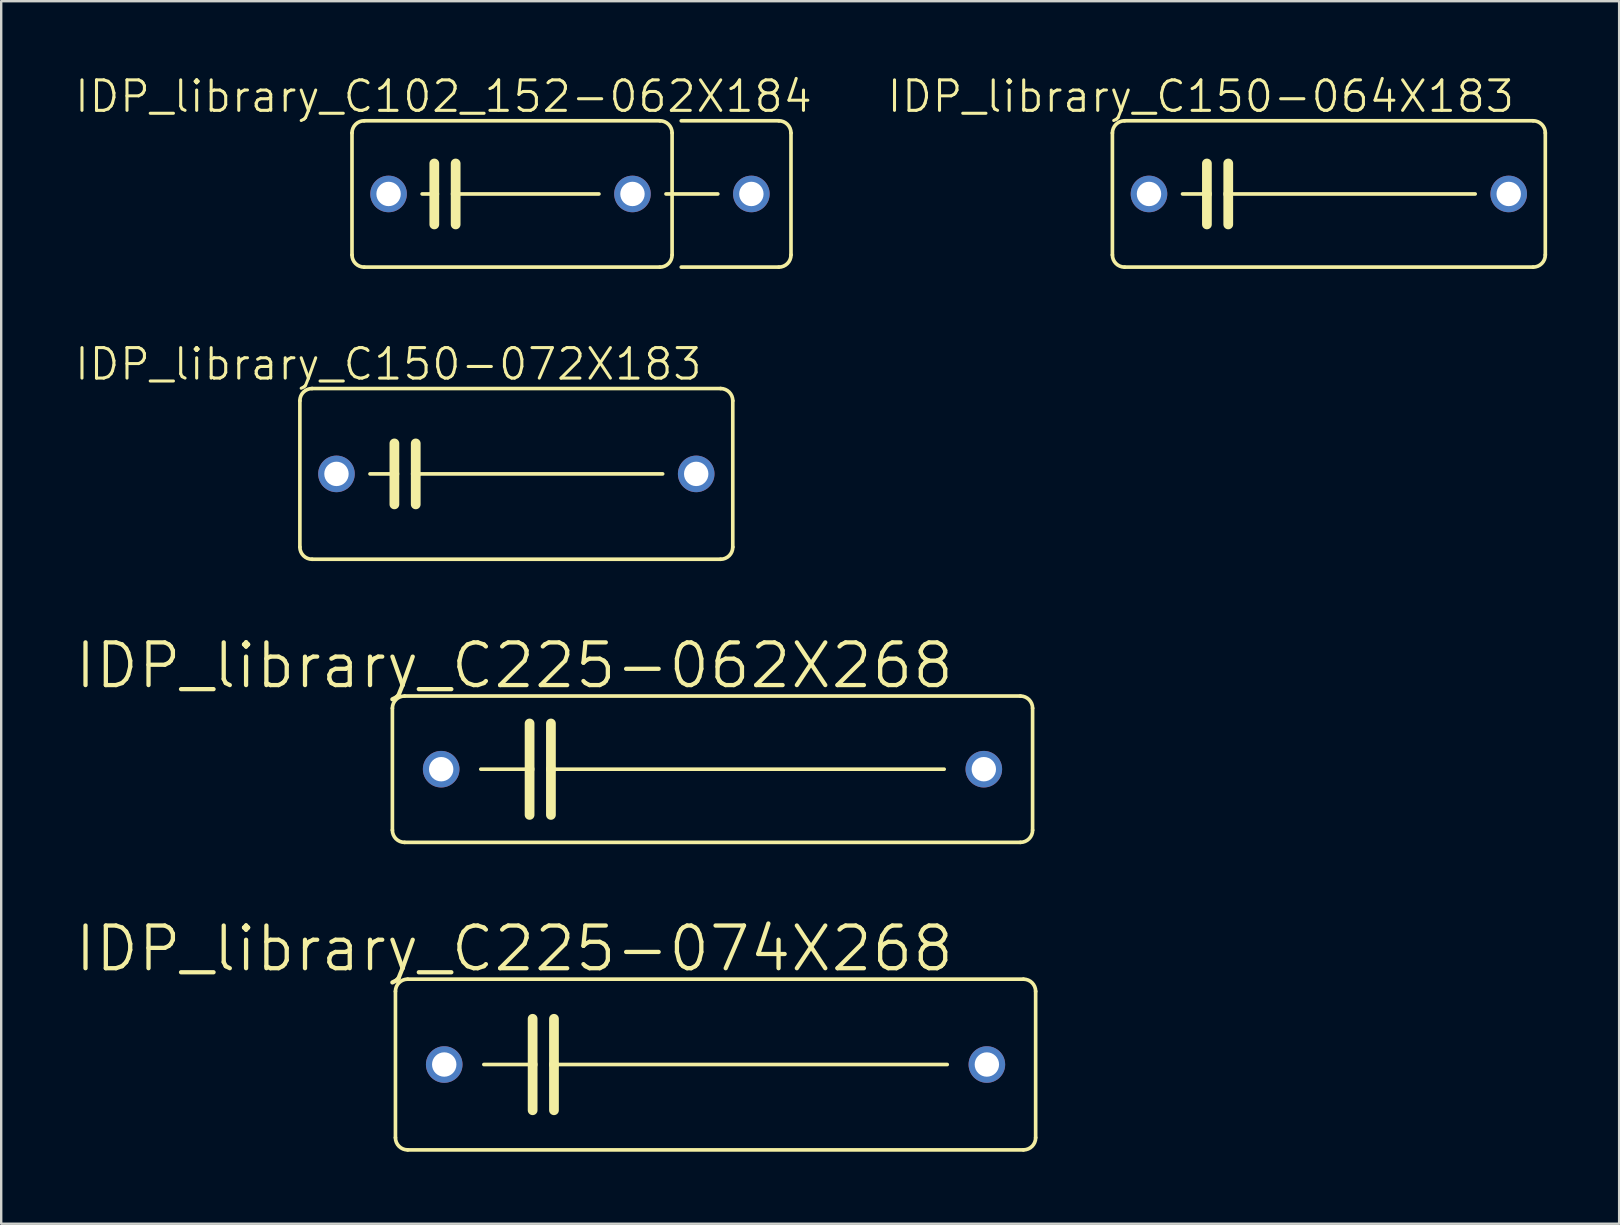
<source format=kicad_pcb>
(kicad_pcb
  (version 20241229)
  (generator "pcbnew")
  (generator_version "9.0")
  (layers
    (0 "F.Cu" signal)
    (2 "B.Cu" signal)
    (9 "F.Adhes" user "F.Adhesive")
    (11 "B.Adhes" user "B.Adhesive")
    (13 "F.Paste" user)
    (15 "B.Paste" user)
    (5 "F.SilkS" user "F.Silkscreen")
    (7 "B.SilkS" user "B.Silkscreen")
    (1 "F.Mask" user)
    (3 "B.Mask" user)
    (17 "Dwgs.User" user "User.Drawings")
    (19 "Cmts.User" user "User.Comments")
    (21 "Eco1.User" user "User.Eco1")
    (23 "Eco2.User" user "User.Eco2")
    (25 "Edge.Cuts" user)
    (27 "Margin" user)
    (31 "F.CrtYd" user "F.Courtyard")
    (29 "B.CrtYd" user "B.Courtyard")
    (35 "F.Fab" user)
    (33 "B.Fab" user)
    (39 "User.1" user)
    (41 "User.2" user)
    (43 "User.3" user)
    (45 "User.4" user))
  (footprint "IDP_library_C150-072X183"
    (layer "F.Cu")
    (at 18.46 16.692)
    (property "Reference" "IDP_library_C150-072X183" (at -5.334 -4.572 0) (layer "F.SilkS") (effects (font (size 1.27 1.27) (thickness 0.127))))
    (attr exclude_from_pos_files exclude_from_bom)
    (fp_line (start -9.017 3.048) (end -9.017 -3.048) (stroke (width 0.152) (type solid)) (layer "F.SilkS"))
    (fp_line (start -8.509 -3.556) (end 8.509 -3.556) (stroke (width 0.152) (type solid)) (layer "F.SilkS"))
    (fp_line (start -5.08 -1.27) (end -5.08 0) (stroke (width 0.406) (type solid)) (layer "F.SilkS"))
    (fp_line (start -5.08 0) (end -6.096 0) (stroke (width 0.152) (type solid)) (layer "F.SilkS"))
    (fp_line (start -5.08 0) (end -5.08 1.27) (stroke (width 0.406) (type solid)) (layer "F.SilkS"))
    (fp_line (start -4.191 -1.27) (end -4.191 0) (stroke (width 0.406) (type solid)) (layer "F.SilkS"))
    (fp_line (start -4.191 0) (end -4.191 1.27) (stroke (width 0.406) (type solid)) (layer "F.SilkS"))
    (fp_line (start -4.191 0) (end 6.096 0) (stroke (width 0.152) (type solid)) (layer "F.SilkS"))
    (fp_line (start 8.509 3.556) (end -8.509 3.556) (stroke (width 0.152) (type solid)) (layer "F.SilkS"))
    (fp_line (start 9.017 -3.048) (end 9.017 3.048) (stroke (width 0.152) (type solid)) (layer "F.SilkS"))
    (fp_arc (start -9.017 -3.048) (mid -8.86821 -3.40721) (end -8.509 -3.556) (stroke (width 0.1524) (type solid)) (layer "F.SilkS"))
    (fp_arc (start -8.509 3.556) (mid -8.86821 3.40721) (end -9.017 3.048) (stroke (width 0.1524) (type solid)) (layer "F.SilkS"))
    (fp_arc (start 8.509 -3.556) (mid 8.86821 -3.40721) (end 9.017 -3.048) (stroke (width 0.1524) (type solid)) (layer "F.SilkS"))
    (fp_arc (start 9.017 3.048) (mid 8.86821 3.40721) (end 8.509 3.556) (stroke (width 0.1524) (type solid)) (layer "F.SilkS"))
    (pad "1" thru_hole circle (at -7.493 0) (size 1.524 1.524) (drill 1.016) (layers "*.Cu" "*.Paste" "*.Mask"))
    (pad "2" thru_hole circle (at 7.493 0) (size 1.524 1.524) (drill 1.016) (layers "*.Cu" "*.Paste" "*.Mask")))
  (footprint "IDP_library_C102_152-062X184"
    (layer "F.Cu")
    (at 18.218 5.03)
    (property "Reference" "IDP_library_C102_152-062X184" (at -2.794 -4.064 0) (layer "F.SilkS") (effects (font (size 1.27 1.27) (thickness 0.127))))
    (attr exclude_from_pos_files exclude_from_bom)
    (fp_line (start -6.604 2.54) (end -6.604 -2.54) (stroke (width 0.152) (type solid)) (layer "F.SilkS"))
    (fp_line (start -6.096 -3.048) (end 6.223 -3.048) (stroke (width 0.152) (type solid)) (layer "F.SilkS"))
    (fp_line (start -3.683 0) (end -3.175 0) (stroke (width 0.152) (type solid)) (layer "F.SilkS"))
    (fp_line (start -3.175 -1.27) (end -3.175 0) (stroke (width 0.406) (type solid)) (layer "F.SilkS"))
    (fp_line (start -3.175 0) (end -3.175 1.27) (stroke (width 0.406) (type solid)) (layer "F.SilkS"))
    (fp_line (start -2.286 -1.27) (end -2.286 0) (stroke (width 0.406) (type solid)) (layer "F.SilkS"))
    (fp_line (start -2.286 0) (end -2.286 1.27) (stroke (width 0.406) (type solid)) (layer "F.SilkS"))
    (fp_line (start -2.286 0) (end 3.683 0) (stroke (width 0.152) (type solid)) (layer "F.SilkS"))
    (fp_line (start 6.223 3.048) (end -6.096 3.048) (stroke (width 0.152) (type solid)) (layer "F.SilkS"))
    (fp_line (start 6.477 0) (end 8.636 0) (stroke (width 0.152) (type solid)) (layer "F.SilkS"))
    (fp_line (start 6.731 -2.54) (end 6.731 2.54) (stroke (width 0.152) (type solid)) (layer "F.SilkS"))
    (fp_line (start 7.112 -3.048) (end 11.176 -3.048) (stroke (width 0.152) (type solid)) (layer "F.SilkS"))
    (fp_line (start 11.176 3.048) (end 7.112 3.048) (stroke (width 0.152) (type solid)) (layer "F.SilkS"))
    (fp_line (start 11.684 -2.54) (end 11.684 2.54) (stroke (width 0.152) (type solid)) (layer "F.SilkS"))
    (fp_arc (start -6.604 -2.54) (mid -6.45521 -2.89921) (end -6.096 -3.048) (stroke (width 0.1524) (type solid)) (layer "F.SilkS"))
    (fp_arc (start -6.096 3.048) (mid -6.45521 2.89921) (end -6.604 2.54) (stroke (width 0.1524) (type solid)) (layer "F.SilkS"))
    (fp_arc (start 6.223 -3.048) (mid 6.58221 -2.89921) (end 6.731 -2.54) (stroke (width 0.1524) (type solid)) (layer "F.SilkS"))
    (fp_arc (start 6.731 2.54) (mid 6.58221 2.89921) (end 6.223 3.048) (stroke (width 0.1524) (type solid)) (layer "F.SilkS"))
    (fp_arc (start 11.176 -3.048) (mid 11.53521 -2.89921) (end 11.684 -2.54) (stroke (width 0.1524) (type solid)) (layer "F.SilkS"))
    (fp_arc (start 11.684 2.54) (mid 11.53521 2.89921) (end 11.176 3.048) (stroke (width 0.1524) (type solid)) (layer "F.SilkS"))
    (pad "1" thru_hole circle (at -5.08 0) (size 1.524 1.524) (drill 1.016) (layers "*.Cu" "*.Paste" "*.Mask"))
    (pad "2" thru_hole circle (at 5.08 0) (size 1.524 1.524) (drill 1.016) (layers "*.Cu" "*.Paste" "*.Mask"))
    (pad "3" thru_hole circle (at 10.033 0) (size 1.524 1.524) (drill 1.016) (layers "*.Cu" "*.Paste" "*.Mask")))
  (footprint "IDP_library_C225-074X268"
    (layer "F.Cu")
    (at 26.759 41.297)
    (property "Reference" "IDP_library_C225-074X268" (at -8.382 -4.826 0) (layer "F.SilkS") (effects (font (size 1.778 1.778) (thickness 0.178))))
    (attr exclude_from_pos_files exclude_from_bom)
    (fp_line (start -13.335 3.048) (end -13.335 -3.048) (stroke (width 0.152) (type solid)) (layer "F.SilkS"))
    (fp_line (start -12.827 -3.556) (end 12.827 -3.556) (stroke (width 0.152) (type solid)) (layer "F.SilkS"))
    (fp_line (start -9.652 0) (end -7.62 0) (stroke (width 0.152) (type solid)) (layer "F.SilkS"))
    (fp_line (start -7.62 -1.905) (end -7.62 0) (stroke (width 0.406) (type solid)) (layer "F.SilkS"))
    (fp_line (start -7.62 0) (end -7.62 1.905) (stroke (width 0.406) (type solid)) (layer "F.SilkS"))
    (fp_line (start -6.731 -1.905) (end -6.731 0) (stroke (width 0.406) (type solid)) (layer "F.SilkS"))
    (fp_line (start -6.731 0) (end -6.731 1.905) (stroke (width 0.406) (type solid)) (layer "F.SilkS"))
    (fp_line (start -6.731 0) (end 9.652 0) (stroke (width 0.152) (type solid)) (layer "F.SilkS"))
    (fp_line (start 12.827 3.556) (end -12.827 3.556) (stroke (width 0.152) (type solid)) (layer "F.SilkS"))
    (fp_line (start 13.335 -3.048) (end 13.335 3.048) (stroke (width 0.152) (type solid)) (layer "F.SilkS"))
    (fp_arc (start -13.335 -3.048) (mid -13.18621 -3.40721) (end -12.827 -3.556) (stroke (width 0.1524) (type solid)) (layer "F.SilkS"))
    (fp_arc (start -12.827 3.556) (mid -13.18621 3.40721) (end -13.335 3.048) (stroke (width 0.1524) (type solid)) (layer "F.SilkS"))
    (fp_arc (start 12.827 -3.556) (mid 13.18621 -3.40721) (end 13.335 -3.048) (stroke (width 0.1524) (type solid)) (layer "F.SilkS"))
    (fp_arc (start 13.335 3.048) (mid 13.18621 3.40721) (end 12.827 3.556) (stroke (width 0.1524) (type solid)) (layer "F.SilkS"))
    (pad "1" thru_hole circle (at -11.303 0) (size 1.524 1.524) (drill 1.016) (layers "*.Cu" "*.Paste" "*.Mask"))
    (pad "2" thru_hole circle (at 11.303 0) (size 1.524 1.524) (drill 1.016) (layers "*.Cu" "*.Paste" "*.Mask")))
  (footprint "IDP_library_C150-064X183"
    (layer "F.Cu")
    (at 52.309 5.03)
    (property "Reference" "IDP_library_C150-064X183" (at -5.334 -4.064 0) (layer "F.SilkS") (effects (font (size 1.27 1.27) (thickness 0.127))))
    (attr exclude_from_pos_files exclude_from_bom)
    (fp_line (start -9.017 2.54) (end -9.017 -2.54) (stroke (width 0.152) (type solid)) (layer "F.SilkS"))
    (fp_line (start -8.509 -3.048) (end 8.509 -3.048) (stroke (width 0.152) (type solid)) (layer "F.SilkS"))
    (fp_line (start -5.08 -1.27) (end -5.08 0) (stroke (width 0.406) (type solid)) (layer "F.SilkS"))
    (fp_line (start -5.08 0) (end -6.096 0) (stroke (width 0.152) (type solid)) (layer "F.SilkS"))
    (fp_line (start -5.08 0) (end -5.08 1.27) (stroke (width 0.406) (type solid)) (layer "F.SilkS"))
    (fp_line (start -4.191 -1.27) (end -4.191 0) (stroke (width 0.406) (type solid)) (layer "F.SilkS"))
    (fp_line (start -4.191 0) (end -4.191 1.27) (stroke (width 0.406) (type solid)) (layer "F.SilkS"))
    (fp_line (start -4.191 0) (end 6.096 0) (stroke (width 0.152) (type solid)) (layer "F.SilkS"))
    (fp_line (start 8.509 3.048) (end -8.509 3.048) (stroke (width 0.152) (type solid)) (layer "F.SilkS"))
    (fp_line (start 9.017 -2.54) (end 9.017 2.54) (stroke (width 0.152) (type solid)) (layer "F.SilkS"))
    (fp_arc (start -9.017 -2.54) (mid -8.86821 -2.89921) (end -8.509 -3.048) (stroke (width 0.1524) (type solid)) (layer "F.SilkS"))
    (fp_arc (start -8.509 3.048) (mid -8.86821 2.89921) (end -9.017 2.54) (stroke (width 0.1524) (type solid)) (layer "F.SilkS"))
    (fp_arc (start 8.509 -3.048) (mid 8.86821 -2.89921) (end 9.017 -2.54) (stroke (width 0.1524) (type solid)) (layer "F.SilkS"))
    (fp_arc (start 9.017 2.54) (mid 8.86821 2.89921) (end 8.509 3.048) (stroke (width 0.1524) (type solid)) (layer "F.SilkS"))
    (pad "1" thru_hole circle (at -7.493 0) (size 1.524 1.524) (drill 1.016) (layers "*.Cu" "*.Paste" "*.Mask"))
    (pad "2" thru_hole circle (at 7.493 0) (size 1.524 1.524) (drill 1.016) (layers "*.Cu" "*.Paste" "*.Mask")))
  (footprint "IDP_library_C225-062X268"
    (layer "F.Cu")
    (at 26.632 28.994)
    (property "Reference" "IDP_library_C225-062X268" (at -8.255 -4.318 0) (layer "F.SilkS") (effects (font (size 1.778 1.778) (thickness 0.178))))
    (attr exclude_from_pos_files exclude_from_bom)
    (fp_line (start -13.335 2.54) (end -13.335 -2.54) (stroke (width 0.152) (type solid)) (layer "F.SilkS"))
    (fp_line (start -12.827 -3.048) (end 12.827 -3.048) (stroke (width 0.152) (type solid)) (layer "F.SilkS"))
    (fp_line (start -9.652 0) (end -7.62 0) (stroke (width 0.152) (type solid)) (layer "F.SilkS"))
    (fp_line (start -7.62 -1.905) (end -7.62 0) (stroke (width 0.406) (type solid)) (layer "F.SilkS"))
    (fp_line (start -7.62 0) (end -7.62 1.905) (stroke (width 0.406) (type solid)) (layer "F.SilkS"))
    (fp_line (start -6.731 -1.905) (end -6.731 0) (stroke (width 0.406) (type solid)) (layer "F.SilkS"))
    (fp_line (start -6.731 0) (end -6.731 1.905) (stroke (width 0.406) (type solid)) (layer "F.SilkS"))
    (fp_line (start -6.731 0) (end 9.652 0) (stroke (width 0.152) (type solid)) (layer "F.SilkS"))
    (fp_line (start 12.827 3.048) (end -12.827 3.048) (stroke (width 0.152) (type solid)) (layer "F.SilkS"))
    (fp_line (start 13.335 -2.54) (end 13.335 2.54) (stroke (width 0.152) (type solid)) (layer "F.SilkS"))
    (fp_arc (start -13.335 -2.54) (mid -13.18621 -2.89921) (end -12.827 -3.048) (stroke (width 0.1524) (type solid)) (layer "F.SilkS"))
    (fp_arc (start -12.827 3.048) (mid -13.18621 2.89921) (end -13.335 2.54) (stroke (width 0.1524) (type solid)) (layer "F.SilkS"))
    (fp_arc (start 12.827 -3.048) (mid 13.18621 -2.89921) (end 13.335 -2.54) (stroke (width 0.1524) (type solid)) (layer "F.SilkS"))
    (fp_arc (start 13.335 2.54) (mid 13.18621 2.89921) (end 12.827 3.048) (stroke (width 0.1524) (type solid)) (layer "F.SilkS"))
    (pad "1" thru_hole circle (at -11.303 0) (size 1.524 1.524) (drill 1.016) (layers "*.Cu" "*.Paste" "*.Mask"))
    (pad "2" thru_hole circle (at 11.303 0) (size 1.524 1.524) (drill 1.016) (layers "*.Cu" "*.Paste" "*.Mask")))
  (gr_rect
    (start -3 -3)
    (end 64.402 47.929)
    (stroke (width 0.1) (type default))
    (fill no)
    (layer "Edge.Cuts")))
</source>
